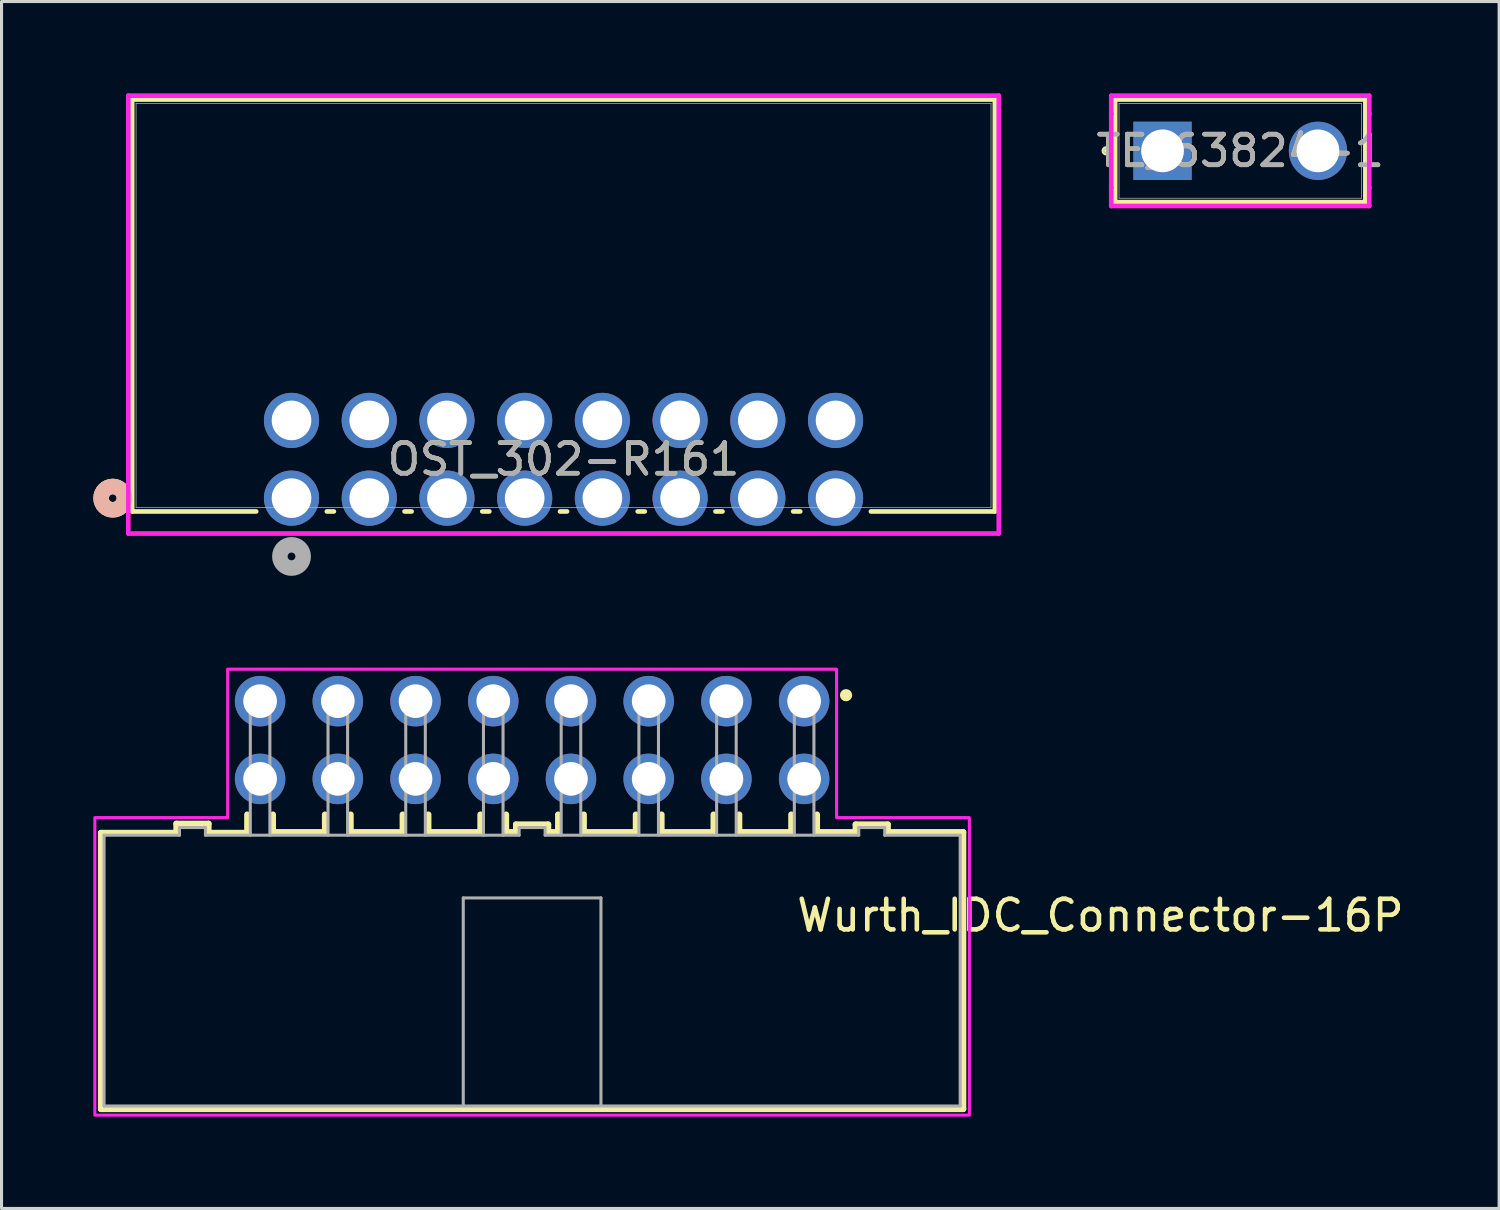
<source format=kicad_pcb>
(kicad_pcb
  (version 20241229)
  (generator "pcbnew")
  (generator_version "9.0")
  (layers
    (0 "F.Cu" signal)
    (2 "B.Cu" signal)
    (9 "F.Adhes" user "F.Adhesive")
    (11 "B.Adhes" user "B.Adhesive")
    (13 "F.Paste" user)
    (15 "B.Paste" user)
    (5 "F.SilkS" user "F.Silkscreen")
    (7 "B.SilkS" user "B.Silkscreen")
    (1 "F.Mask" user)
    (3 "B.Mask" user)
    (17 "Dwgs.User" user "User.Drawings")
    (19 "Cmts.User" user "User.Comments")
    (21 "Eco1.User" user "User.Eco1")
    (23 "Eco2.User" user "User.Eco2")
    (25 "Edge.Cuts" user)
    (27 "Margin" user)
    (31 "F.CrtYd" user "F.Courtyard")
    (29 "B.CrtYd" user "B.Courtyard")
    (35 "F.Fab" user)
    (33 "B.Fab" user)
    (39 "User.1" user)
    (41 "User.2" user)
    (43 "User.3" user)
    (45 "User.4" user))
  (footprint "OST_302-R161"
    (layer "F.Cu")
    (at 6.477 13.23)
    (property "Reference" "OST_302-R161" (at 8.89 -1.27 0) (unlocked yes) (layer "F.SilkS") (effects (font (size 1 1) (thickness 0.15))))
    (attr through_hole)
    (fp_line (start -5.207 -13.027) (end -5.207 0.435) (stroke (width 0.152) (type solid)) (layer "F.SilkS"))
    (fp_line (start -5.207 0.435) (end -1.155 0.435) (stroke (width 0.152) (type solid)) (layer "F.SilkS"))
    (fp_line (start 1.155 0.435) (end 1.385 0.435) (stroke (width 0.152) (type solid)) (layer "F.SilkS"))
    (fp_line (start 3.695 0.435) (end 3.925 0.435) (stroke (width 0.152) (type solid)) (layer "F.SilkS"))
    (fp_line (start 6.235 0.435) (end 6.465 0.435) (stroke (width 0.152) (type solid)) (layer "F.SilkS"))
    (fp_line (start 8.775 0.435) (end 9.005 0.435) (stroke (width 0.152) (type solid)) (layer "F.SilkS"))
    (fp_line (start 11.315 0.435) (end 11.545 0.435) (stroke (width 0.152) (type solid)) (layer "F.SilkS"))
    (fp_line (start 13.855 0.435) (end 14.085 0.435) (stroke (width 0.152) (type solid)) (layer "F.SilkS"))
    (fp_line (start 16.395 0.435) (end 16.625 0.435) (stroke (width 0.152) (type solid)) (layer "F.SilkS"))
    (fp_line (start 18.935 0.435) (end 22.987 0.435) (stroke (width 0.152) (type solid)) (layer "F.SilkS"))
    (fp_line (start 22.987 -13.027) (end -5.207 -13.027) (stroke (width 0.152) (type solid)) (layer "F.SilkS"))
    (fp_line (start 22.987 0.435) (end 22.987 -13.027) (stroke (width 0.152) (type solid)) (layer "F.SilkS"))
    (fp_circle (center -5.842 0) (end -5.461 0) (stroke (width 0.508) (type solid)) (fill no) (layer "F.SilkS"))
    (fp_circle (center -5.842 0) (end -5.461 0) (stroke (width 0.508) (type solid)) (fill no) (layer "B.SilkS"))
    (fp_line (start -5.334 -13.154) (end -5.334 1.156) (stroke (width 0.152) (type solid)) (layer "F.CrtYd"))
    (fp_line (start -5.334 1.156) (end 23.114 1.156) (stroke (width 0.152) (type solid)) (layer "F.CrtYd"))
    (fp_line (start 23.114 -13.154) (end -5.334 -13.154) (stroke (width 0.152) (type solid)) (layer "F.CrtYd"))
    (fp_line (start 23.114 1.156) (end 23.114 -13.154) (stroke (width 0.152) (type solid)) (layer "F.CrtYd"))
    (fp_line (start -5.08 -12.9) (end -5.08 0.308) (stroke (width 0.025) (type solid)) (layer "F.Fab"))
    (fp_line (start -5.08 0.308) (end 22.86 0.308) (stroke (width 0.025) (type solid)) (layer "F.Fab"))
    (fp_line (start 22.86 -12.9) (end -5.08 -12.9) (stroke (width 0.025) (type solid)) (layer "F.Fab"))
    (fp_line (start 22.86 0.308) (end 22.86 -12.9) (stroke (width 0.025) (type solid)) (layer "F.Fab"))
    (fp_circle (center 0 1.905) (end 0.381 1.905) (stroke (width 0.508) (type solid)) (fill no) (layer "F.Fab"))
    (fp_text user "${REFERENCE}" (at 8.89 -1.27 0) (unlocked yes) (layer "F.Fab") (effects (font (size 1 1) (thickness 0.15))))
    (pad "1" thru_hole circle (at 0 0) (size 1.803 1.803) (drill 1.295) (layers "*.Cu" "*.Mask"))
    (pad "2" thru_hole circle (at 0 -2.54) (size 1.803 1.803) (drill 1.295) (layers "*.Cu" "*.Mask"))
    (pad "3" thru_hole circle (at 2.54 0) (size 1.803 1.803) (drill 1.295) (layers "*.Cu" "*.Mask"))
    (pad "4" thru_hole circle (at 2.54 -2.54) (size 1.803 1.803) (drill 1.295) (layers "*.Cu" "*.Mask"))
    (pad "5" thru_hole circle (at 5.08 0) (size 1.803 1.803) (drill 1.295) (layers "*.Cu" "*.Mask"))
    (pad "6" thru_hole circle (at 5.08 -2.54) (size 1.803 1.803) (drill 1.295) (layers "*.Cu" "*.Mask"))
    (pad "7" thru_hole circle (at 7.62 0) (size 1.803 1.803) (drill 1.295) (layers "*.Cu" "*.Mask"))
    (pad "8" thru_hole circle (at 7.62 -2.54) (size 1.803 1.803) (drill 1.295) (layers "*.Cu" "*.Mask"))
    (pad "9" thru_hole circle (at 10.16 0) (size 1.803 1.803) (drill 1.295) (layers "*.Cu" "*.Mask"))
    (pad "10" thru_hole circle (at 10.16 -2.54) (size 1.803 1.803) (drill 1.295) (layers "*.Cu" "*.Mask"))
    (pad "11" thru_hole circle (at 12.7 0) (size 1.803 1.803) (drill 1.295) (layers "*.Cu" "*.Mask"))
    (pad "12" thru_hole circle (at 12.7 -2.54) (size 1.803 1.803) (drill 1.295) (layers "*.Cu" "*.Mask"))
    (pad "13" thru_hole circle (at 15.24 0) (size 1.803 1.803) (drill 1.295) (layers "*.Cu" "*.Mask"))
    (pad "14" thru_hole circle (at 15.24 -2.54) (size 1.803 1.803) (drill 1.295) (layers "*.Cu" "*.Mask"))
    (pad "15" thru_hole circle (at 17.78 0) (size 1.803 1.803) (drill 1.295) (layers "*.Cu" "*.Mask"))
    (pad "16" thru_hole circle (at 17.78 -2.54) (size 1.803 1.803) (drill 1.295) (layers "*.Cu" "*.Mask")))
  (footprint "TE_63824-1"
    (layer "F.Cu")
    (at 34.943 1.88)
    (property "Reference" "TE_63824-1" (at 2.54 0 0) (unlocked yes) (layer "F.SilkS") (effects (font (size 1 1) (thickness 0.15))))
    (attr through_hole)
    (fp_line (start -1.549 -1.676) (end -1.549 1.676) (stroke (width 0.152) (type solid)) (layer "F.SilkS"))
    (fp_line (start -1.549 1.676) (end 6.629 1.676) (stroke (width 0.152) (type solid)) (layer "F.SilkS"))
    (fp_line (start 6.629 -1.676) (end -1.549 -1.676) (stroke (width 0.152) (type solid)) (layer "F.SilkS"))
    (fp_line (start 6.629 1.676) (end 6.629 -1.676) (stroke (width 0.152) (type solid)) (layer "F.SilkS"))
    (fp_circle (center -1.841 0) (end -1.765 0) (stroke (width 0.152) (type solid)) (fill no) (layer "F.SilkS"))
    (fp_line (start -1.676 -1.803) (end 6.756 -1.803) (stroke (width 0.152) (type solid)) (layer "F.CrtYd"))
    (fp_line (start -1.676 -1.206) (end -1.676 -1.803) (stroke (width 0.152) (type solid)) (layer "F.CrtYd"))
    (fp_line (start -1.676 -1.206) (end -1.676 -1.206) (stroke (width 0.152) (type solid)) (layer "F.CrtYd"))
    (fp_line (start -1.676 1.206) (end -1.676 -1.206) (stroke (width 0.152) (type solid)) (layer "F.CrtYd"))
    (fp_line (start -1.676 1.206) (end -1.676 1.206) (stroke (width 0.152) (type solid)) (layer "F.CrtYd"))
    (fp_line (start -1.676 1.803) (end -1.676 1.206) (stroke (width 0.152) (type solid)) (layer "F.CrtYd"))
    (fp_line (start 6.756 -1.803) (end 6.756 -1.206) (stroke (width 0.152) (type solid)) (layer "F.CrtYd"))
    (fp_line (start 6.756 -1.206) (end 6.756 -1.206) (stroke (width 0.152) (type solid)) (layer "F.CrtYd"))
    (fp_line (start 6.756 -1.206) (end 6.756 1.206) (stroke (width 0.152) (type solid)) (layer "F.CrtYd"))
    (fp_line (start 6.756 1.206) (end 6.756 1.206) (stroke (width 0.152) (type solid)) (layer "F.CrtYd"))
    (fp_line (start 6.756 1.206) (end 6.756 1.803) (stroke (width 0.152) (type solid)) (layer "F.CrtYd"))
    (fp_line (start 6.756 1.803) (end -1.676 1.803) (stroke (width 0.152) (type solid)) (layer "F.CrtYd"))
    (fp_line (start -1.422 -1.549) (end -1.422 1.549) (stroke (width 0.025) (type solid)) (layer "F.Fab"))
    (fp_line (start -1.422 1.549) (end 6.502 1.549) (stroke (width 0.025) (type solid)) (layer "F.Fab"))
    (fp_line (start 6.502 -1.549) (end -1.422 -1.549) (stroke (width 0.025) (type solid)) (layer "F.Fab"))
    (fp_line (start 6.502 1.549) (end 6.502 -1.549) (stroke (width 0.025) (type solid)) (layer "F.Fab"))
    (fp_circle (center -1.841 0) (end -1.765 0) (stroke (width 0.025) (type solid)) (fill no) (layer "F.Fab"))
    (fp_text user "${REFERENCE}" (at 2.54 0 0) (unlocked yes) (layer "F.Fab") (effects (font (size 1 1) (thickness 0.15))))
    (pad "1" thru_hole rect (at 0 0) (size 1.905 1.905) (drill 1.397) (layers "*.Cu" "*.Mask"))
    (pad "2" thru_hole circle (at 5.08 0) (size 1.905 1.905) (drill 1.397) (layers "*.Cu" "*.Mask")))
  (footprint "Wurth_IDC_Connector-16P"
    (layer "F.Cu")
    (at 14.34 28.67)
    (property "Reference" "Wurth_IDC_Connector-16P" (at 18.573 -1.802 0) (layer "F.SilkS") (effects (font (size 1 1) (thickness 0.15))))
    (attr through_hole)
    (fp_line (start -14.09 -4.5) (end -14.09 4.525) (stroke (width 0.2) (type solid)) (layer "F.SilkS"))
    (fp_line (start -14.09 4.525) (end 14.09 4.525) (stroke (width 0.2) (type solid)) (layer "F.SilkS"))
    (fp_line (start -11.625 -4.8) (end -10.575 -4.8) (stroke (width 0.2) (type solid)) (layer "F.SilkS"))
    (fp_line (start -11.625 -4.5) (end -14.09 -4.5) (stroke (width 0.2) (type solid)) (layer "F.SilkS"))
    (fp_line (start -11.625 -4.5) (end -11.625 -4.8) (stroke (width 0.2) (type solid)) (layer "F.SilkS"))
    (fp_line (start -10.575 -4.8) (end -10.575 -4.5) (stroke (width 0.2) (type solid)) (layer "F.SilkS"))
    (fp_line (start -10.575 -4.5) (end -9.31 -4.5) (stroke (width 0.2) (type solid)) (layer "F.SilkS"))
    (fp_line (start -9.31 -4.5) (end -9.31 -5.1) (stroke (width 0.2) (type solid)) (layer "F.SilkS"))
    (fp_line (start -8.47 -5.1) (end -8.47 -4.525) (stroke (width 0.2) (type solid)) (layer "F.SilkS"))
    (fp_line (start -8.47 -4.525) (end -6.77 -4.525) (stroke (width 0.2) (type solid)) (layer "F.SilkS"))
    (fp_line (start -6.77 -4.525) (end -6.77 -5.1) (stroke (width 0.2) (type solid)) (layer "F.SilkS"))
    (fp_line (start -5.93 -5.1) (end -5.93 -4.525) (stroke (width 0.2) (type solid)) (layer "F.SilkS"))
    (fp_line (start -5.93 -4.525) (end -4.23 -4.525) (stroke (width 0.2) (type solid)) (layer "F.SilkS"))
    (fp_line (start -4.23 -4.525) (end -4.23 -5.1) (stroke (width 0.2) (type solid)) (layer "F.SilkS"))
    (fp_line (start -3.39 -5.1) (end -3.39 -4.525) (stroke (width 0.2) (type solid)) (layer "F.SilkS"))
    (fp_line (start -3.39 -4.525) (end -1.69 -4.525) (stroke (width 0.2) (type solid)) (layer "F.SilkS"))
    (fp_line (start -1.69 -4.525) (end -1.69 -5.1) (stroke (width 0.2) (type solid)) (layer "F.SilkS"))
    (fp_line (start -0.85 -5.1) (end -0.85 -4.525) (stroke (width 0.2) (type solid)) (layer "F.SilkS"))
    (fp_line (start -0.85 -4.525) (end -0.525 -4.525) (stroke (width 0.2) (type solid)) (layer "F.SilkS"))
    (fp_line (start -0.525 -4.775) (end 0.525 -4.775) (stroke (width 0.2) (type solid)) (layer "F.SilkS"))
    (fp_line (start -0.525 -4.525) (end -0.525 -4.775) (stroke (width 0.2) (type solid)) (layer "F.SilkS"))
    (fp_line (start 0.525 -4.775) (end 0.525 -4.525) (stroke (width 0.2) (type solid)) (layer "F.SilkS"))
    (fp_line (start 0.525 -4.525) (end 0.85 -4.525) (stroke (width 0.2) (type solid)) (layer "F.SilkS"))
    (fp_line (start 0.85 -4.525) (end 0.85 -5.1) (stroke (width 0.2) (type solid)) (layer "F.SilkS"))
    (fp_line (start 1.69 -5.1) (end 1.69 -4.525) (stroke (width 0.2) (type solid)) (layer "F.SilkS"))
    (fp_line (start 1.69 -4.525) (end 3.39 -4.525) (stroke (width 0.2) (type solid)) (layer "F.SilkS"))
    (fp_line (start 3.39 -4.525) (end 3.39 -5.1) (stroke (width 0.2) (type solid)) (layer "F.SilkS"))
    (fp_line (start 4.23 -5.1) (end 4.23 -4.525) (stroke (width 0.2) (type solid)) (layer "F.SilkS"))
    (fp_line (start 4.23 -4.525) (end 5.93 -4.525) (stroke (width 0.2) (type solid)) (layer "F.SilkS"))
    (fp_line (start 5.93 -4.525) (end 5.93 -5.1) (stroke (width 0.2) (type solid)) (layer "F.SilkS"))
    (fp_line (start 6.77 -5.1) (end 6.77 -4.525) (stroke (width 0.2) (type solid)) (layer "F.SilkS"))
    (fp_line (start 6.77 -4.525) (end 8.47 -4.525) (stroke (width 0.2) (type solid)) (layer "F.SilkS"))
    (fp_line (start 8.47 -4.525) (end 8.47 -5.1) (stroke (width 0.2) (type solid)) (layer "F.SilkS"))
    (fp_line (start 9.31 -4.525) (end 9.31 -5.1) (stroke (width 0.2) (type solid)) (layer "F.SilkS"))
    (fp_line (start 10.575 -4.775) (end 10.575 -4.525) (stroke (width 0.2) (type solid)) (layer "F.SilkS"))
    (fp_line (start 10.575 -4.525) (end 9.31 -4.525) (stroke (width 0.2) (type solid)) (layer "F.SilkS"))
    (fp_line (start 11.625 -4.775) (end 10.575 -4.775) (stroke (width 0.2) (type solid)) (layer "F.SilkS"))
    (fp_line (start 11.625 -4.525) (end 11.625 -4.775) (stroke (width 0.2) (type solid)) (layer "F.SilkS"))
    (fp_line (start 14.09 -4.525) (end 11.625 -4.525) (stroke (width 0.2) (type solid)) (layer "F.SilkS"))
    (fp_line (start 14.09 4.525) (end 14.09 -4.525) (stroke (width 0.2) (type solid)) (layer "F.SilkS"))
    (fp_circle (center 10.26 -9) (end 10.36 -9) (stroke (width 0.2) (type solid)) (fill no) (layer "F.SilkS"))
    (fp_poly (pts (xy 9.95 -9.85) (xy 9.95 -5) (xy 14.29 -5) (xy 14.29 4.725) (xy -14.29 4.725) (xy -14.29 -5) (xy -9.95 -5) (xy -9.95 -9.85)) (stroke (width 0.1) (type solid)) (fill no) (layer "F.CrtYd"))
    (fp_line (start -13.99 -4.425) (end -11.525 -4.425) (stroke (width 0.1) (type solid)) (layer "F.Fab"))
    (fp_line (start -13.99 4.425) (end -13.99 -4.425) (stroke (width 0.1) (type solid)) (layer "F.Fab"))
    (fp_line (start -11.525 -4.675) (end -10.675 -4.675) (stroke (width 0.1) (type solid)) (layer "F.Fab"))
    (fp_line (start -11.525 -4.425) (end -11.525 -4.675) (stroke (width 0.1) (type solid)) (layer "F.Fab"))
    (fp_line (start -10.675 -4.675) (end -10.675 -4.425) (stroke (width 0.1) (type solid)) (layer "F.Fab"))
    (fp_line (start -10.675 -4.425) (end -1.59 -4.425) (stroke (width 0.1) (type solid)) (layer "F.Fab"))
    (fp_line (start -9.21 -9.125) (end -9.21 -4.425) (stroke (width 0.1) (type solid)) (layer "F.Fab"))
    (fp_line (start -9.21 -9.125) (end -8.57 -9.125) (stroke (width 0.1) (type solid)) (layer "F.Fab"))
    (fp_line (start -8.57 -9.125) (end -8.57 -4.425) (stroke (width 0.1) (type solid)) (layer "F.Fab"))
    (fp_line (start -6.67 -9.125) (end -6.67 -4.425) (stroke (width 0.1) (type solid)) (layer "F.Fab"))
    (fp_line (start -6.67 -9.125) (end -6.03 -9.125) (stroke (width 0.1) (type solid)) (layer "F.Fab"))
    (fp_line (start -6.03 -9.125) (end -6.03 -4.425) (stroke (width 0.1) (type solid)) (layer "F.Fab"))
    (fp_line (start -4.13 -9.125) (end -4.13 -4.425) (stroke (width 0.1) (type solid)) (layer "F.Fab"))
    (fp_line (start -4.13 -9.125) (end -3.49 -9.125) (stroke (width 0.1) (type solid)) (layer "F.Fab"))
    (fp_line (start -3.49 -9.125) (end -3.49 -4.425) (stroke (width 0.1) (type solid)) (layer "F.Fab"))
    (fp_line (start -2.25 -2.375) (end 2.25 -2.375) (stroke (width 0.1) (type solid)) (layer "F.Fab"))
    (fp_line (start -2.25 4.4) (end -2.25 -2.375) (stroke (width 0.1) (type solid)) (layer "F.Fab"))
    (fp_line (start -1.59 -9.125) (end -1.59 -4.425) (stroke (width 0.1) (type solid)) (layer "F.Fab"))
    (fp_line (start -1.59 -9.125) (end -0.95 -9.125) (stroke (width 0.1) (type solid)) (layer "F.Fab"))
    (fp_line (start -1.59 -4.425) (end -0.95 -4.425) (stroke (width 0.1) (type solid)) (layer "F.Fab"))
    (fp_line (start -0.95 -9.125) (end -0.95 -4.425) (stroke (width 0.1) (type solid)) (layer "F.Fab"))
    (fp_line (start -0.95 -4.425) (end -0.425 -4.425) (stroke (width 0.1) (type solid)) (layer "F.Fab"))
    (fp_line (start -0.425 -4.675) (end 0.425 -4.675) (stroke (width 0.1) (type solid)) (layer "F.Fab"))
    (fp_line (start -0.425 -4.425) (end -0.425 -4.675) (stroke (width 0.1) (type solid)) (layer "F.Fab"))
    (fp_line (start 0.425 -4.675) (end 0.425 -4.425) (stroke (width 0.1) (type solid)) (layer "F.Fab"))
    (fp_line (start 0.425 -4.425) (end 10.675 -4.425) (stroke (width 0.1) (type solid)) (layer "F.Fab"))
    (fp_line (start 0.95 -9.125) (end 0.95 -4.425) (stroke (width 0.1) (type solid)) (layer "F.Fab"))
    (fp_line (start 0.95 -9.125) (end 1.59 -9.125) (stroke (width 0.1) (type solid)) (layer "F.Fab"))
    (fp_line (start 1.59 -9.125) (end 1.59 -4.425) (stroke (width 0.1) (type solid)) (layer "F.Fab"))
    (fp_line (start 2.25 -2.375) (end 2.25 4.4) (stroke (width 0.1) (type solid)) (layer "F.Fab"))
    (fp_line (start 3.49 -9.125) (end 3.49 -4.425) (stroke (width 0.1) (type solid)) (layer "F.Fab"))
    (fp_line (start 3.49 -9.125) (end 4.13 -9.125) (stroke (width 0.1) (type solid)) (layer "F.Fab"))
    (fp_line (start 4.13 -9.125) (end 4.13 -4.425) (stroke (width 0.1) (type solid)) (layer "F.Fab"))
    (fp_line (start 6.03 -9.125) (end 6.03 -4.425) (stroke (width 0.1) (type solid)) (layer "F.Fab"))
    (fp_line (start 6.03 -9.125) (end 6.67 -9.125) (stroke (width 0.1) (type solid)) (layer "F.Fab"))
    (fp_line (start 6.67 -9.125) (end 6.67 -4.425) (stroke (width 0.1) (type solid)) (layer "F.Fab"))
    (fp_line (start 8.57 -9.125) (end 8.57 -4.425) (stroke (width 0.1) (type solid)) (layer "F.Fab"))
    (fp_line (start 8.57 -9.125) (end 9.21 -9.125) (stroke (width 0.1) (type solid)) (layer "F.Fab"))
    (fp_line (start 9.21 -9.125) (end 9.21 -4.425) (stroke (width 0.1) (type solid)) (layer "F.Fab"))
    (fp_line (start 10.675 -4.675) (end 11.525 -4.675) (stroke (width 0.1) (type solid)) (layer "F.Fab"))
    (fp_line (start 10.675 -4.425) (end 10.675 -4.675) (stroke (width 0.1) (type solid)) (layer "F.Fab"))
    (fp_line (start 11.525 -4.675) (end 11.525 -4.425) (stroke (width 0.1) (type solid)) (layer "F.Fab"))
    (fp_line (start 11.525 -4.425) (end 13.99 -4.425) (stroke (width 0.1) (type solid)) (layer "F.Fab"))
    (fp_line (start 13.99 -4.425) (end 13.99 4.425) (stroke (width 0.1) (type solid)) (layer "F.Fab"))
    (fp_line (start 13.99 4.425) (end -13.99 4.425) (stroke (width 0.1) (type solid)) (layer "F.Fab"))
    (pad "1" thru_hole circle (at 8.89 -8.805) (size 1.65 1.65) (drill 1.1) (layers "*.Cu" "*.Mask"))
    (pad "2" thru_hole circle (at 8.89 -6.265) (size 1.65 1.65) (drill 1.1) (layers "*.Cu" "*.Mask"))
    (pad "3" thru_hole circle (at 6.35 -8.805) (size 1.65 1.65) (drill 1.1) (layers "*.Cu" "*.Mask"))
    (pad "4" thru_hole circle (at 6.35 -6.265) (size 1.65 1.65) (drill 1.1) (layers "*.Cu" "*.Mask"))
    (pad "5" thru_hole circle (at 3.81 -8.805) (size 1.65 1.65) (drill 1.1) (layers "*.Cu" "*.Mask"))
    (pad "6" thru_hole circle (at 3.81 -6.265) (size 1.65 1.65) (drill 1.1) (layers "*.Cu" "*.Mask"))
    (pad "7" thru_hole circle (at 1.27 -8.805) (size 1.65 1.65) (drill 1.1) (layers "*.Cu" "*.Mask"))
    (pad "8" thru_hole circle (at 1.27 -6.265) (size 1.65 1.65) (drill 1.1) (layers "*.Cu" "*.Mask"))
    (pad "9" thru_hole circle (at -1.27 -8.805) (size 1.65 1.65) (drill 1.1) (layers "*.Cu" "*.Mask"))
    (pad "10" thru_hole circle (at -1.27 -6.265) (size 1.65 1.65) (drill 1.1) (layers "*.Cu" "*.Mask"))
    (pad "11" thru_hole circle (at -3.81 -8.805) (size 1.65 1.65) (drill 1.1) (layers "*.Cu" "*.Mask"))
    (pad "12" thru_hole circle (at -3.81 -6.265) (size 1.65 1.65) (drill 1.1) (layers "*.Cu" "*.Mask"))
    (pad "13" thru_hole circle (at -6.35 -8.805) (size 1.65 1.65) (drill 1.1) (layers "*.Cu" "*.Mask"))
    (pad "14" thru_hole circle (at -6.35 -6.265) (size 1.65 1.65) (drill 1.1) (layers "*.Cu" "*.Mask"))
    (pad "15" thru_hole circle (at -8.89 -8.805) (size 1.65 1.65) (drill 1.1) (layers "*.Cu" "*.Mask"))
    (pad "16" thru_hole circle (at -8.89 -6.265) (size 1.65 1.65) (drill 1.1) (layers "*.Cu" "*.Mask")))
  (gr_rect
    (start -3 -3)
    (end 45.943 36.445)
    (stroke (width 0.1) (type default))
    (fill no)
    (layer "Edge.Cuts")))
</source>
